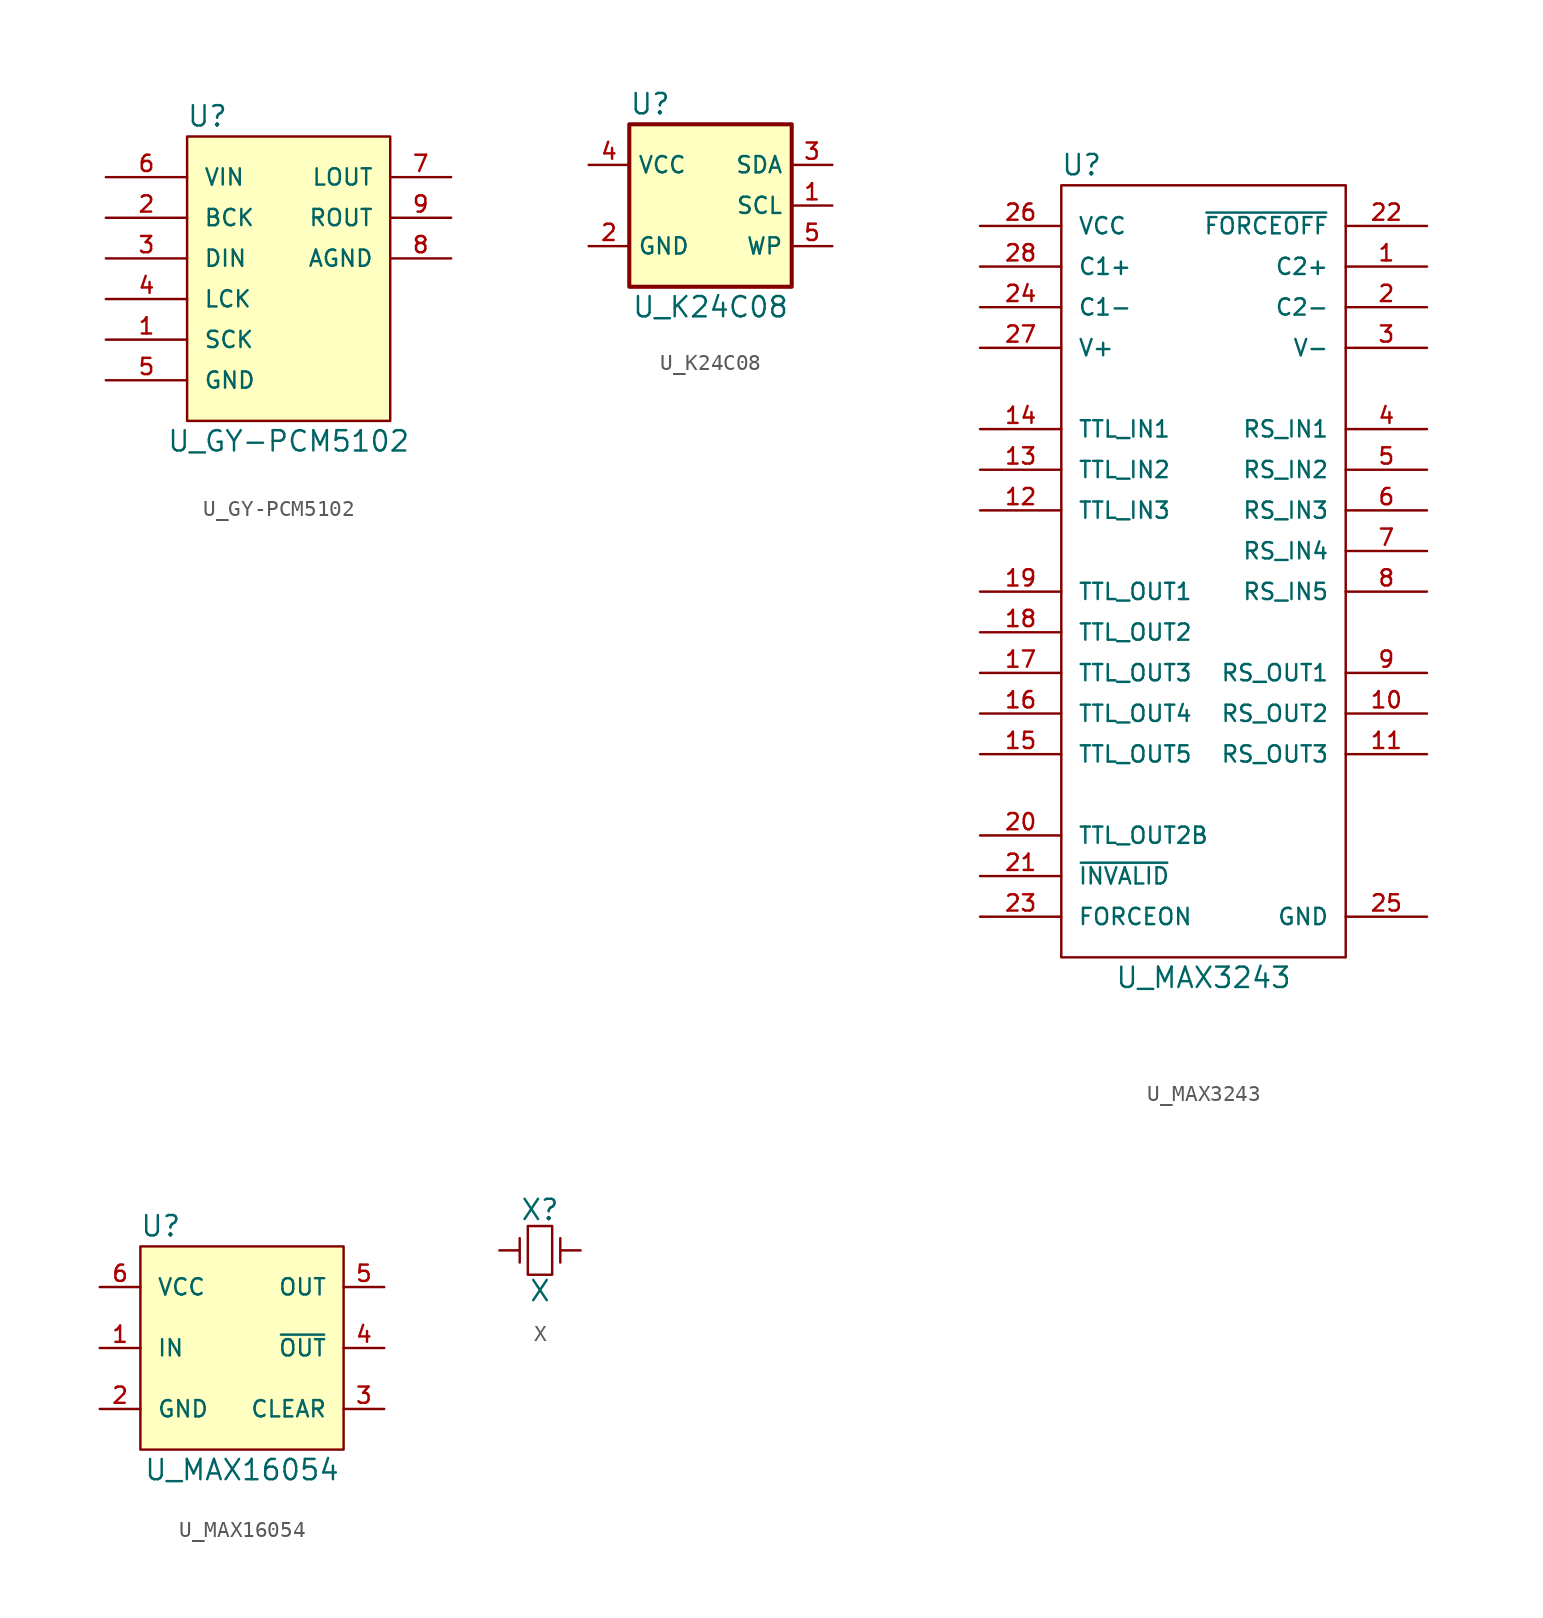
<source format=kicad_sym>
(kicad_symbol_lib
  (version 20220914)
  (generator kicad_symbol_editor)
  (symbol "U_GY-PCM5102"
    (pin_names
      (offset 1.016))
    (property "Reference" "U"
      (at -5.08 10.16 0)
      (effects (font (size 1.27 1.27))))
    (property "Value" "U_GY-PCM5102"
      (at 0 -10.16 0)
      (effects (font (size 1.27 1.27))))
    (symbol "U_GY-PCM5102_0_1"
      (rectangle (start -6.35 8.89) (end 6.35 -8.89) (stroke (width 0) (type default)) (fill (type background))))
    (symbol "U_GY-PCM5102_1_1"
      (pin input line (at -11.43 -3.81 0) (length 5.08) (name "SCK" (effects (font (size 1.016 1.016)))) (number "1" (effects (font (size 1.016 1.016)))))
      (pin input line (at -11.43 3.81 0) (length 5.08) (name "BCK" (effects (font (size 1.016 1.016)))) (number "2" (effects (font (size 1.016 1.016)))))
      (pin input line (at -11.43 1.27 0) (length 5.08) (name "DIN" (effects (font (size 1.016 1.016)))) (number "3" (effects (font (size 1.016 1.016)))))
      (pin input line (at -11.43 -1.27 0) (length 5.08) (name "LCK" (effects (font (size 1.016 1.016)))) (number "4" (effects (font (size 1.016 1.016)))))
      (pin power_in line (at -11.43 -6.35 0) (length 5.08) (name "GND" (effects (font (size 1.016 1.016)))) (number "5" (effects (font (size 1.016 1.016)))))
      (pin power_in line (at -11.43 6.35 0) (length 5.08) (name "VIN" (effects (font (size 1.016 1.016)))) (number "6" (effects (font (size 1.016 1.016)))))
      (pin output line (at 10.16 6.35 180) (length 3.81) (name "LOUT" (effects (font (size 1.016 1.016)))) (number "7" (effects (font (size 1.016 1.016)))))
      (pin passive line (at 10.16 1.27 180) (length 3.81) (name "AGND" (effects (font (size 1.016 1.016)))) (number "8" (effects (font (size 1.016 1.016)))))
      (pin output line (at 10.16 3.81 180) (length 3.81) (name "ROUT" (effects (font (size 1.016 1.016)))) (number "9" (effects (font (size 1.016 1.016)))))))
  (symbol "U_K24C08"
    (property "Reference" "U"
      (at -5.08 6.35 0)
      (effects (font (size 1.27 1.27)) (justify left)))
    (property "Value" "U_K24C08"
      (at 0 -6.35 0)
      (effects (font (size 1.27 1.27))))
    (symbol "U_K24C08_1_1"
      (rectangle (start -5.08 5.08) (end 5.08 -5.08) (stroke (width 0.254) (type default)) (fill (type background)))
      (pin input line (at 7.62 0 180) (length 2.54) (name "SCL" (effects (font (size 1.016 1.016)))) (number "1" (effects (font (size 1.016 1.016)))))
      (pin power_in line (at -7.62 -2.54 0) (length 2.54) (name "GND" (effects (font (size 1.016 1.016)))) (number "2" (effects (font (size 1.016 1.016)))))
      (pin bidirectional line (at 7.62 2.54 180) (length 2.54) (name "SDA" (effects (font (size 1.016 1.016)))) (number "3" (effects (font (size 1.016 1.016)))))
      (pin power_in line (at -7.62 2.54 0) (length 2.54) (name "VCC" (effects (font (size 1.016 1.016)))) (number "4" (effects (font (size 1.016 1.016)))))
      (pin input line (at 7.62 -2.54 180) (length 2.54) (name "WP" (effects (font (size 1.016 1.016)))) (number "5" (effects (font (size 1.016 1.016)))))))
  (symbol "U_MAX3243"
    (pin_names
      (offset 1.016))
    (property "Reference" "U"
      (at -7.62 22.86 0)
      (effects (font (size 1.27 1.27))))
    (property "Value" "U_MAX3243"
      (at 0 -27.94 0)
      (effects (font (size 1.27 1.27))))
    (symbol "U_MAX3243_1_1"
      (rectangle (start -8.89 21.59) (end 8.89 -26.67) (stroke (width 0) (type default)) (fill (type none)))
      (pin passive line (at 13.97 16.51 180) (length 5.08) (name "C2+" (effects (font (size 1.016 1.016)))) (number "1" (effects (font (size 1.016 1.016)))))
      (pin passive line (at 13.97 -11.43 180) (length 5.08) (name "RS_OUT2" (effects (font (size 1.016 1.016)))) (number "10" (effects (font (size 1.016 1.016)))))
      (pin passive line (at 13.97 -13.97 180) (length 5.08) (name "RS_OUT3" (effects (font (size 1.016 1.016)))) (number "11" (effects (font (size 1.016 1.016)))))
      (pin passive line (at -13.97 1.27 0) (length 5.08) (name "TTL_IN3" (effects (font (size 1.016 1.016)))) (number "12" (effects (font (size 1.016 1.016)))))
      (pin passive line (at -13.97 3.81 0) (length 5.08) (name "TTL_IN2" (effects (font (size 1.016 1.016)))) (number "13" (effects (font (size 1.016 1.016)))))
      (pin passive line (at -13.97 6.35 0) (length 5.08) (name "TTL_IN1" (effects (font (size 1.016 1.016)))) (number "14" (effects (font (size 1.016 1.016)))))
      (pin passive line (at -13.97 -13.97 0) (length 5.08) (name "TTL_OUT5" (effects (font (size 1.016 1.016)))) (number "15" (effects (font (size 1.016 1.016)))))
      (pin passive line (at -13.97 -11.43 0) (length 5.08) (name "TTL_OUT4" (effects (font (size 1.016 1.016)))) (number "16" (effects (font (size 1.016 1.016)))))
      (pin passive line (at -13.97 -8.89 0) (length 5.08) (name "TTL_OUT3" (effects (font (size 1.016 1.016)))) (number "17" (effects (font (size 1.016 1.016)))))
      (pin passive line (at -13.97 -6.35 0) (length 5.08) (name "TTL_OUT2" (effects (font (size 1.016 1.016)))) (number "18" (effects (font (size 1.016 1.016)))))
      (pin passive line (at -13.97 -3.81 0) (length 5.08) (name "TTL_OUT1" (effects (font (size 1.016 1.016)))) (number "19" (effects (font (size 1.016 1.016)))))
      (pin passive line (at 13.97 13.97 180) (length 5.08) (name "C2-" (effects (font (size 1.016 1.016)))) (number "2" (effects (font (size 1.016 1.016)))))
      (pin passive line (at -13.97 -19.05 0) (length 5.08) (name "TTL_OUT2B" (effects (font (size 1.016 1.016)))) (number "20" (effects (font (size 1.016 1.016)))))
      (pin passive line (at -13.97 -21.59 0) (length 5.08) (name "~{INVALID}" (effects (font (size 1.016 1.016)))) (number "21" (effects (font (size 1.016 1.016)))))
      (pin passive line (at 13.97 19.05 180) (length 5.08) (name "~{FORCEOFF}" (effects (font (size 1.016 1.016)))) (number "22" (effects (font (size 1.016 1.016)))))
      (pin passive line (at -13.97 -24.13 0) (length 5.08) (name "FORCEON" (effects (font (size 1.016 1.016)))) (number "23" (effects (font (size 1.016 1.016)))))
      (pin passive line (at -13.97 13.97 0) (length 5.08) (name "C1-" (effects (font (size 1.016 1.016)))) (number "24" (effects (font (size 1.016 1.016)))))
      (pin power_in line (at 13.97 -24.13 180) (length 5.08) (name "GND" (effects (font (size 1.016 1.016)))) (number "25" (effects (font (size 1.016 1.016)))))
      (pin power_in line (at -13.97 19.05 0) (length 5.08) (name "VCC" (effects (font (size 1.016 1.016)))) (number "26" (effects (font (size 1.016 1.016)))))
      (pin passive line (at -13.97 11.43 0) (length 5.08) (name "V+" (effects (font (size 1.016 1.016)))) (number "27" (effects (font (size 1.016 1.016)))))
      (pin passive line (at -13.97 16.51 0) (length 5.08) (name "C1+" (effects (font (size 1.016 1.016)))) (number "28" (effects (font (size 1.016 1.016)))))
      (pin passive line (at 13.97 11.43 180) (length 5.08) (name "V-" (effects (font (size 1.016 1.016)))) (number "3" (effects (font (size 1.016 1.016)))))
      (pin passive line (at 13.97 6.35 180) (length 5.08) (name "RS_IN1" (effects (font (size 1.016 1.016)))) (number "4" (effects (font (size 1.016 1.016)))))
      (pin passive line (at 13.97 3.81 180) (length 5.08) (name "RS_IN2" (effects (font (size 1.016 1.016)))) (number "5" (effects (font (size 1.016 1.016)))))
      (pin passive line (at 13.97 1.27 180) (length 5.08) (name "RS_IN3" (effects (font (size 1.016 1.016)))) (number "6" (effects (font (size 1.016 1.016)))))
      (pin passive line (at 13.97 -1.27 180) (length 5.08) (name "RS_IN4" (effects (font (size 1.016 1.016)))) (number "7" (effects (font (size 1.016 1.016)))))
      (pin passive line (at 13.97 -3.81 180) (length 5.08) (name "RS_IN5" (effects (font (size 1.016 1.016)))) (number "8" (effects (font (size 1.016 1.016)))))
      (pin passive line (at 13.97 -8.89 180) (length 5.08) (name "RS_OUT1" (effects (font (size 1.016 1.016)))) (number "9" (effects (font (size 1.016 1.016)))))))
  (symbol "U_MAX16054"
    (pin_names
      (offset 1.016))
    (property "Reference" "U"
      (at -5.08 7.62 0)
      (effects (font (size 1.27 1.27))))
    (property "Value" "U_MAX16054"
      (at 0 -7.62 0)
      (effects (font (size 1.27 1.27))))
    (symbol "U_MAX16054_0_1"
      (rectangle (start -6.35 6.35) (end 6.35 -6.35) (stroke (width 0) (type default)) (fill (type background))))
    (symbol "U_MAX16054_1_1"
      (pin input line (at -8.89 0 0) (length 2.54) (name "IN" (effects (font (size 1.016 1.016)))) (number "1" (effects (font (size 1.016 1.016)))))
      (pin power_in line (at -8.89 -3.81 0) (length 2.54) (name "GND" (effects (font (size 1.016 1.016)))) (number "2" (effects (font (size 1.016 1.016)))))
      (pin input line (at 8.89 -3.81 180) (length 2.54) (name "CLEAR" (effects (font (size 1.016 1.016)))) (number "3" (effects (font (size 1.016 1.016)))))
      (pin output line (at 8.89 0 180) (length 2.54) (name "~{OUT}" (effects (font (size 1.016 1.016)))) (number "4" (effects (font (size 1.016 1.016)))))
      (pin output line (at 8.89 3.81 180) (length 2.54) (name "OUT" (effects (font (size 1.016 1.016)))) (number "5" (effects (font (size 1.016 1.016)))))
      (pin power_in line (at -8.89 3.81 0) (length 2.54) (name "VCC" (effects (font (size 1.016 1.016)))) (number "6" (effects (font (size 1.016 1.016)))))))
  (symbol "X"
    (pin_numbers hide)
    (pin_names
      (offset 1.016) hide)
    (property "Reference" "X"
      (at 0 2.54 0)
      (effects (font (size 1.27 1.27))))
    (property "Value" "X"
      (at 0 -2.54 0)
      (effects (font (size 1.27 1.27))))
    (symbol "X_1_1"
      (rectangle (start -0.762 -1.524) (end 0.762 1.524) (stroke (width 0) (type default)) (fill (type none)))
      (polyline (pts (xy -1.27 -0.762) (xy -1.27 0.762)) (stroke (width 0) (type default)) (fill (type none)))
      (polyline (pts (xy 1.27 -0.762) (xy 1.27 0.762)) (stroke (width 0) (type default)) (fill (type none)))
      (pin passive line (at -2.54 0 0) (length 1.27) (name "~" (effects (font (size 1.016 1.016)))) (number "1" (effects (font (size 1.016 1.016)))))
      (pin passive line (at 2.54 0 180) (length 1.27) (name "~" (effects (font (size 1.016 1.016)))) (number "2" (effects (font (size 1.016 1.016))))))))
</source>
